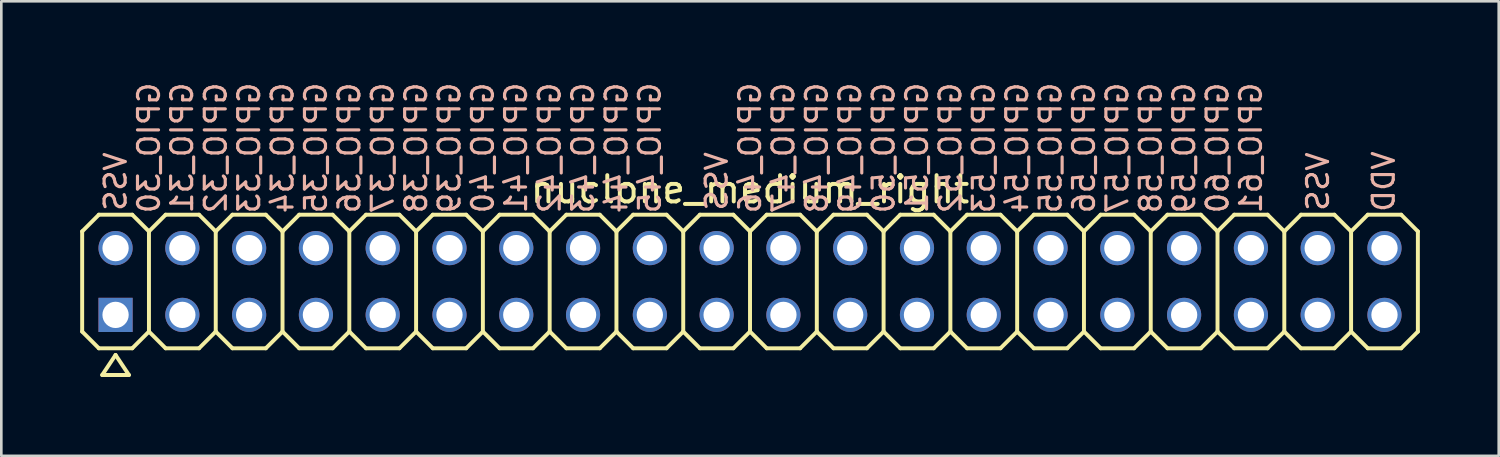
<source format=kicad_pcb>
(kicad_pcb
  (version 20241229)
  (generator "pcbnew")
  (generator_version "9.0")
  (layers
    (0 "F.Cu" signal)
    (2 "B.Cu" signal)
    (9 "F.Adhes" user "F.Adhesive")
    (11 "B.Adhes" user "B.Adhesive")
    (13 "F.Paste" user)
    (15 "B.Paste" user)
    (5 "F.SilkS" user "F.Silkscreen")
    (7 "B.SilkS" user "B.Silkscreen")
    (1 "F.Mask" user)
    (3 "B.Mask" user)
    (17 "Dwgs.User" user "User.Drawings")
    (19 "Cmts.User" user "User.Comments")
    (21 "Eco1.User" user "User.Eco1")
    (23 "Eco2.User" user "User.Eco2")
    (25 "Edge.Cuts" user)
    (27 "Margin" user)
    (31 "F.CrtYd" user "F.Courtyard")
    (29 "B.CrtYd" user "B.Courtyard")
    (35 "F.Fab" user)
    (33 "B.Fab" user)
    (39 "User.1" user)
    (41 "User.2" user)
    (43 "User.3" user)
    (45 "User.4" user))
  (footprint "nuclone_medium_right"
    (layer "F.Cu")
    (at 25.475 7.656)
    (property "Reference" "nuclone_medium_right" (at 0 -3.5 0) (layer "F.SilkS") (effects (font (size 1 1) (thickness 0.15))))
    (attr exclude_from_pos_files exclude_from_bom)
    (fp_line (start -25.4 -1.905) (end -24.765 -2.54) (stroke (width 0.15) (type solid)) (layer "F.SilkS"))
    (fp_line (start -25.4 1.905) (end -25.4 -1.905) (stroke (width 0.15) (type solid)) (layer "F.SilkS"))
    (fp_line (start -25.4 1.905) (end -24.765 2.54) (stroke (width 0.15) (type solid)) (layer "F.SilkS"))
    (fp_line (start -24.765 -2.54) (end -23.495 -2.54) (stroke (width 0.15) (type solid)) (layer "F.SilkS"))
    (fp_line (start -24.765 2.54) (end -23.495 2.54) (stroke (width 0.15) (type solid)) (layer "F.SilkS"))
    (fp_line (start -24.638 3.556) (end -23.622 3.556) (stroke (width 0.15) (type solid)) (layer "F.SilkS"))
    (fp_line (start -24.13 2.794) (end -24.638 3.556) (stroke (width 0.15) (type solid)) (layer "F.SilkS"))
    (fp_line (start -23.622 3.556) (end -24.13 2.794) (stroke (width 0.15) (type solid)) (layer "F.SilkS"))
    (fp_line (start -23.495 -2.54) (end -22.86 -1.905) (stroke (width 0.15) (type solid)) (layer "F.SilkS"))
    (fp_line (start -23.495 2.54) (end -22.86 1.905) (stroke (width 0.15) (type solid)) (layer "F.SilkS"))
    (fp_line (start -22.86 -1.905) (end -22.86 1.905) (stroke (width 0.15) (type solid)) (layer "F.SilkS"))
    (fp_line (start -22.86 -1.905) (end -22.225 -2.54) (stroke (width 0.15) (type solid)) (layer "F.SilkS"))
    (fp_line (start -22.86 1.905) (end -22.225 2.54) (stroke (width 0.15) (type solid)) (layer "F.SilkS"))
    (fp_line (start -22.225 -2.54) (end -20.955 -2.54) (stroke (width 0.15) (type solid)) (layer "F.SilkS"))
    (fp_line (start -22.225 2.54) (end -20.955 2.54) (stroke (width 0.15) (type solid)) (layer "F.SilkS"))
    (fp_line (start -20.955 -2.54) (end -20.32 -1.905) (stroke (width 0.15) (type solid)) (layer "F.SilkS"))
    (fp_line (start -20.955 2.54) (end -20.32 1.905) (stroke (width 0.15) (type solid)) (layer "F.SilkS"))
    (fp_line (start -20.32 -1.905) (end -20.32 1.905) (stroke (width 0.15) (type solid)) (layer "F.SilkS"))
    (fp_line (start -20.32 -1.905) (end -19.685 -2.54) (stroke (width 0.15) (type solid)) (layer "F.SilkS"))
    (fp_line (start -20.32 1.905) (end -19.685 2.54) (stroke (width 0.15) (type solid)) (layer "F.SilkS"))
    (fp_line (start -19.685 -2.54) (end -18.415 -2.54) (stroke (width 0.15) (type solid)) (layer "F.SilkS"))
    (fp_line (start -19.685 2.54) (end -18.415 2.54) (stroke (width 0.15) (type solid)) (layer "F.SilkS"))
    (fp_line (start -18.415 -2.54) (end -17.78 -1.905) (stroke (width 0.15) (type solid)) (layer "F.SilkS"))
    (fp_line (start -18.415 2.54) (end -17.78 1.905) (stroke (width 0.15) (type solid)) (layer "F.SilkS"))
    (fp_line (start -17.78 -1.905) (end -17.78 1.905) (stroke (width 0.15) (type solid)) (layer "F.SilkS"))
    (fp_line (start -17.78 -1.905) (end -17.145 -2.54) (stroke (width 0.15) (type solid)) (layer "F.SilkS"))
    (fp_line (start -17.78 1.905) (end -17.145 2.54) (stroke (width 0.15) (type solid)) (layer "F.SilkS"))
    (fp_line (start -17.145 -2.54) (end -15.875 -2.54) (stroke (width 0.15) (type solid)) (layer "F.SilkS"))
    (fp_line (start -17.145 2.54) (end -15.875 2.54) (stroke (width 0.15) (type solid)) (layer "F.SilkS"))
    (fp_line (start -15.875 -2.54) (end -15.24 -1.905) (stroke (width 0.15) (type solid)) (layer "F.SilkS"))
    (fp_line (start -15.875 2.54) (end -15.24 1.905) (stroke (width 0.15) (type solid)) (layer "F.SilkS"))
    (fp_line (start -15.24 -1.905) (end -15.24 1.905) (stroke (width 0.15) (type solid)) (layer "F.SilkS"))
    (fp_line (start -15.24 -1.905) (end -14.605 -2.54) (stroke (width 0.15) (type solid)) (layer "F.SilkS"))
    (fp_line (start -15.24 1.905) (end -14.605 2.54) (stroke (width 0.15) (type solid)) (layer "F.SilkS"))
    (fp_line (start -14.605 -2.54) (end -13.335 -2.54) (stroke (width 0.15) (type solid)) (layer "F.SilkS"))
    (fp_line (start -14.605 2.54) (end -13.335 2.54) (stroke (width 0.15) (type solid)) (layer "F.SilkS"))
    (fp_line (start -13.335 -2.54) (end -12.7 -1.905) (stroke (width 0.15) (type solid)) (layer "F.SilkS"))
    (fp_line (start -13.335 2.54) (end -12.7 1.905) (stroke (width 0.15) (type solid)) (layer "F.SilkS"))
    (fp_line (start -12.7 -1.905) (end -12.7 1.905) (stroke (width 0.15) (type solid)) (layer "F.SilkS"))
    (fp_line (start -12.7 -1.905) (end -12.065 -2.54) (stroke (width 0.15) (type solid)) (layer "F.SilkS"))
    (fp_line (start -12.7 1.905) (end -12.065 2.54) (stroke (width 0.15) (type solid)) (layer "F.SilkS"))
    (fp_line (start -12.065 -2.54) (end -10.795 -2.54) (stroke (width 0.15) (type solid)) (layer "F.SilkS"))
    (fp_line (start -12.065 2.54) (end -10.795 2.54) (stroke (width 0.15) (type solid)) (layer "F.SilkS"))
    (fp_line (start -10.795 -2.54) (end -10.16 -1.905) (stroke (width 0.15) (type solid)) (layer "F.SilkS"))
    (fp_line (start -10.795 2.54) (end -10.16 1.905) (stroke (width 0.15) (type solid)) (layer "F.SilkS"))
    (fp_line (start -10.16 -1.905) (end -10.16 1.905) (stroke (width 0.15) (type solid)) (layer "F.SilkS"))
    (fp_line (start -10.16 -1.905) (end -9.525 -2.54) (stroke (width 0.15) (type solid)) (layer "F.SilkS"))
    (fp_line (start -10.16 1.905) (end -9.525 2.54) (stroke (width 0.15) (type solid)) (layer "F.SilkS"))
    (fp_line (start -9.525 -2.54) (end -8.255 -2.54) (stroke (width 0.15) (type solid)) (layer "F.SilkS"))
    (fp_line (start -9.525 2.54) (end -8.255 2.54) (stroke (width 0.15) (type solid)) (layer "F.SilkS"))
    (fp_line (start -8.255 -2.54) (end -7.62 -1.905) (stroke (width 0.15) (type solid)) (layer "F.SilkS"))
    (fp_line (start -7.62 -1.905) (end -7.62 1.905) (stroke (width 0.15) (type solid)) (layer "F.SilkS"))
    (fp_line (start -7.62 -1.905) (end -6.985 -2.54) (stroke (width 0.15) (type solid)) (layer "F.SilkS"))
    (fp_line (start -7.62 1.905) (end -8.255 2.54) (stroke (width 0.15) (type solid)) (layer "F.SilkS"))
    (fp_line (start -7.62 1.905) (end -6.985 2.54) (stroke (width 0.15) (type solid)) (layer "F.SilkS"))
    (fp_line (start -6.985 -2.54) (end -5.715 -2.54) (stroke (width 0.15) (type solid)) (layer "F.SilkS"))
    (fp_line (start -6.985 2.54) (end -5.715 2.54) (stroke (width 0.15) (type solid)) (layer "F.SilkS"))
    (fp_line (start -5.715 -2.54) (end -5.08 -1.905) (stroke (width 0.15) (type solid)) (layer "F.SilkS"))
    (fp_line (start -5.08 -1.905) (end -5.08 1.905) (stroke (width 0.15) (type solid)) (layer "F.SilkS"))
    (fp_line (start -5.08 -1.905) (end -4.445 -2.54) (stroke (width 0.15) (type solid)) (layer "F.SilkS"))
    (fp_line (start -5.08 1.905) (end -5.715 2.54) (stroke (width 0.15) (type solid)) (layer "F.SilkS"))
    (fp_line (start -5.08 1.905) (end -4.445 2.54) (stroke (width 0.15) (type solid)) (layer "F.SilkS"))
    (fp_line (start -4.445 -2.54) (end -3.175 -2.54) (stroke (width 0.15) (type solid)) (layer "F.SilkS"))
    (fp_line (start -4.445 2.54) (end -3.175 2.54) (stroke (width 0.15) (type solid)) (layer "F.SilkS"))
    (fp_line (start -3.175 -2.54) (end -2.54 -1.905) (stroke (width 0.15) (type solid)) (layer "F.SilkS"))
    (fp_line (start -2.54 -1.905) (end -2.54 1.905) (stroke (width 0.15) (type solid)) (layer "F.SilkS"))
    (fp_line (start -2.54 -1.905) (end -1.905 -2.54) (stroke (width 0.15) (type solid)) (layer "F.SilkS"))
    (fp_line (start -2.54 1.905) (end -3.175 2.54) (stroke (width 0.15) (type solid)) (layer "F.SilkS"))
    (fp_line (start -2.54 1.905) (end -1.905 2.54) (stroke (width 0.15) (type solid)) (layer "F.SilkS"))
    (fp_line (start -1.905 -2.54) (end -0.635 -2.54) (stroke (width 0.15) (type solid)) (layer "F.SilkS"))
    (fp_line (start -1.905 2.54) (end -0.635 2.54) (stroke (width 0.15) (type solid)) (layer "F.SilkS"))
    (fp_line (start -0.635 -2.54) (end 0 -1.905) (stroke (width 0.15) (type solid)) (layer "F.SilkS"))
    (fp_line (start 0 -1.905) (end 0.635 -2.54) (stroke (width 0.15) (type solid)) (layer "F.SilkS"))
    (fp_line (start 0 1.905) (end -0.635 2.54) (stroke (width 0.15) (type solid)) (layer "F.SilkS"))
    (fp_line (start 0 1.905) (end 0 -1.905) (stroke (width 0.15) (type solid)) (layer "F.SilkS"))
    (fp_line (start 0 1.905) (end 0.635 2.54) (stroke (width 0.15) (type solid)) (layer "F.SilkS"))
    (fp_line (start 0.635 -2.54) (end 1.905 -2.54) (stroke (width 0.15) (type solid)) (layer "F.SilkS"))
    (fp_line (start 0.635 2.54) (end 1.905 2.54) (stroke (width 0.15) (type solid)) (layer "F.SilkS"))
    (fp_line (start 1.905 -2.54) (end 2.54 -1.905) (stroke (width 0.15) (type solid)) (layer "F.SilkS"))
    (fp_line (start 1.905 2.54) (end 2.54 1.905) (stroke (width 0.15) (type solid)) (layer "F.SilkS"))
    (fp_line (start 2.54 -1.905) (end 2.54 1.905) (stroke (width 0.15) (type solid)) (layer "F.SilkS"))
    (fp_line (start 2.54 -1.905) (end 3.175 -2.54) (stroke (width 0.15) (type solid)) (layer "F.SilkS"))
    (fp_line (start 2.54 1.905) (end 3.175 2.54) (stroke (width 0.15) (type solid)) (layer "F.SilkS"))
    (fp_line (start 3.175 -2.54) (end 4.445 -2.54) (stroke (width 0.15) (type solid)) (layer "F.SilkS"))
    (fp_line (start 3.175 2.54) (end 4.445 2.54) (stroke (width 0.15) (type solid)) (layer "F.SilkS"))
    (fp_line (start 4.445 -2.54) (end 5.08 -1.905) (stroke (width 0.15) (type solid)) (layer "F.SilkS"))
    (fp_line (start 4.445 2.54) (end 5.08 1.905) (stroke (width 0.15) (type solid)) (layer "F.SilkS"))
    (fp_line (start 5.08 -1.905) (end 5.08 1.905) (stroke (width 0.15) (type solid)) (layer "F.SilkS"))
    (fp_line (start 5.08 -1.905) (end 5.715 -2.54) (stroke (width 0.15) (type solid)) (layer "F.SilkS"))
    (fp_line (start 5.08 1.905) (end 5.715 2.54) (stroke (width 0.15) (type solid)) (layer "F.SilkS"))
    (fp_line (start 5.715 -2.54) (end 6.985 -2.54) (stroke (width 0.15) (type solid)) (layer "F.SilkS"))
    (fp_line (start 5.715 2.54) (end 6.985 2.54) (stroke (width 0.15) (type solid)) (layer "F.SilkS"))
    (fp_line (start 6.985 -2.54) (end 7.62 -1.905) (stroke (width 0.15) (type solid)) (layer "F.SilkS"))
    (fp_line (start 6.985 2.54) (end 7.62 1.905) (stroke (width 0.15) (type solid)) (layer "F.SilkS"))
    (fp_line (start 7.62 -1.905) (end 7.62 1.905) (stroke (width 0.15) (type solid)) (layer "F.SilkS"))
    (fp_line (start 7.62 -1.905) (end 8.255 -2.54) (stroke (width 0.15) (type solid)) (layer "F.SilkS"))
    (fp_line (start 7.62 1.905) (end 8.255 2.54) (stroke (width 0.15) (type solid)) (layer "F.SilkS"))
    (fp_line (start 8.255 -2.54) (end 9.525 -2.54) (stroke (width 0.15) (type solid)) (layer "F.SilkS"))
    (fp_line (start 8.255 2.54) (end 9.525 2.54) (stroke (width 0.15) (type solid)) (layer "F.SilkS"))
    (fp_line (start 9.525 -2.54) (end 10.16 -1.905) (stroke (width 0.15) (type solid)) (layer "F.SilkS"))
    (fp_line (start 9.525 2.54) (end 10.16 1.905) (stroke (width 0.15) (type solid)) (layer "F.SilkS"))
    (fp_line (start 10.16 -1.905) (end 10.16 1.905) (stroke (width 0.15) (type solid)) (layer "F.SilkS"))
    (fp_line (start 10.16 -1.905) (end 10.795 -2.54) (stroke (width 0.15) (type solid)) (layer "F.SilkS"))
    (fp_line (start 10.16 1.905) (end 10.795 2.54) (stroke (width 0.15) (type solid)) (layer "F.SilkS"))
    (fp_line (start 10.795 -2.54) (end 12.065 -2.54) (stroke (width 0.15) (type solid)) (layer "F.SilkS"))
    (fp_line (start 10.795 2.54) (end 12.065 2.54) (stroke (width 0.15) (type solid)) (layer "F.SilkS"))
    (fp_line (start 12.065 -2.54) (end 12.7 -1.905) (stroke (width 0.15) (type solid)) (layer "F.SilkS"))
    (fp_line (start 12.065 2.54) (end 12.7 1.905) (stroke (width 0.15) (type solid)) (layer "F.SilkS"))
    (fp_line (start 12.7 -1.905) (end 12.7 1.905) (stroke (width 0.15) (type solid)) (layer "F.SilkS"))
    (fp_line (start 12.7 -1.905) (end 13.335 -2.54) (stroke (width 0.15) (type solid)) (layer "F.SilkS"))
    (fp_line (start 12.7 1.905) (end 13.335 2.54) (stroke (width 0.15) (type solid)) (layer "F.SilkS"))
    (fp_line (start 13.335 -2.54) (end 14.605 -2.54) (stroke (width 0.15) (type solid)) (layer "F.SilkS"))
    (fp_line (start 13.335 2.54) (end 14.605 2.54) (stroke (width 0.15) (type solid)) (layer "F.SilkS"))
    (fp_line (start 14.605 -2.54) (end 15.24 -1.905) (stroke (width 0.15) (type solid)) (layer "F.SilkS"))
    (fp_line (start 14.605 2.54) (end 15.24 1.905) (stroke (width 0.15) (type solid)) (layer "F.SilkS"))
    (fp_line (start 15.24 -1.905) (end 15.24 1.905) (stroke (width 0.15) (type solid)) (layer "F.SilkS"))
    (fp_line (start 15.24 -1.905) (end 15.875 -2.54) (stroke (width 0.15) (type solid)) (layer "F.SilkS"))
    (fp_line (start 15.24 1.905) (end 15.875 2.54) (stroke (width 0.15) (type solid)) (layer "F.SilkS"))
    (fp_line (start 15.875 -2.54) (end 17.145 -2.54) (stroke (width 0.15) (type solid)) (layer "F.SilkS"))
    (fp_line (start 15.875 2.54) (end 17.145 2.54) (stroke (width 0.15) (type solid)) (layer "F.SilkS"))
    (fp_line (start 17.145 -2.54) (end 17.78 -1.905) (stroke (width 0.15) (type solid)) (layer "F.SilkS"))
    (fp_line (start 17.78 -1.905) (end 17.78 1.905) (stroke (width 0.15) (type solid)) (layer "F.SilkS"))
    (fp_line (start 17.78 -1.905) (end 18.415 -2.54) (stroke (width 0.15) (type solid)) (layer "F.SilkS"))
    (fp_line (start 17.78 1.905) (end 17.145 2.54) (stroke (width 0.15) (type solid)) (layer "F.SilkS"))
    (fp_line (start 17.78 1.905) (end 18.415 2.54) (stroke (width 0.15) (type solid)) (layer "F.SilkS"))
    (fp_line (start 18.415 -2.54) (end 19.685 -2.54) (stroke (width 0.15) (type solid)) (layer "F.SilkS"))
    (fp_line (start 18.415 2.54) (end 19.685 2.54) (stroke (width 0.15) (type solid)) (layer "F.SilkS"))
    (fp_line (start 19.685 -2.54) (end 20.32 -1.905) (stroke (width 0.15) (type solid)) (layer "F.SilkS"))
    (fp_line (start 20.32 -1.905) (end 20.32 1.905) (stroke (width 0.15) (type solid)) (layer "F.SilkS"))
    (fp_line (start 20.32 -1.905) (end 20.955 -2.54) (stroke (width 0.15) (type solid)) (layer "F.SilkS"))
    (fp_line (start 20.32 1.905) (end 19.685 2.54) (stroke (width 0.15) (type solid)) (layer "F.SilkS"))
    (fp_line (start 20.32 1.905) (end 20.955 2.54) (stroke (width 0.15) (type solid)) (layer "F.SilkS"))
    (fp_line (start 20.955 -2.54) (end 22.225 -2.54) (stroke (width 0.15) (type solid)) (layer "F.SilkS"))
    (fp_line (start 20.955 2.54) (end 22.225 2.54) (stroke (width 0.15) (type solid)) (layer "F.SilkS"))
    (fp_line (start 22.225 -2.54) (end 22.86 -1.905) (stroke (width 0.15) (type solid)) (layer "F.SilkS"))
    (fp_line (start 22.86 -1.905) (end 22.86 1.905) (stroke (width 0.15) (type solid)) (layer "F.SilkS"))
    (fp_line (start 22.86 -1.905) (end 23.495 -2.54) (stroke (width 0.15) (type solid)) (layer "F.SilkS"))
    (fp_line (start 22.86 1.905) (end 22.225 2.54) (stroke (width 0.15) (type solid)) (layer "F.SilkS"))
    (fp_line (start 22.86 1.905) (end 23.495 2.54) (stroke (width 0.15) (type solid)) (layer "F.SilkS"))
    (fp_line (start 23.495 -2.54) (end 24.765 -2.54) (stroke (width 0.15) (type solid)) (layer "F.SilkS"))
    (fp_line (start 23.495 2.54) (end 24.765 2.54) (stroke (width 0.15) (type solid)) (layer "F.SilkS"))
    (fp_line (start 24.765 -2.54) (end 25.4 -1.905) (stroke (width 0.15) (type solid)) (layer "F.SilkS"))
    (fp_line (start 25.4 -1.905) (end 25.4 1.905) (stroke (width 0.15) (type solid)) (layer "F.SilkS"))
    (fp_line (start 25.4 1.905) (end 24.765 2.54) (stroke (width 0.15) (type solid)) (layer "F.SilkS"))
    (fp_text user "GPIO_38" (at -12.7 -5.08 270) (layer "B.SilkS") (effects (font (size 0.8 0.8) (thickness 0.12)) (justify mirror)))
    (fp_text user "GPIO_61" (at 19.05 -5.08 270) (layer "B.SilkS") (effects (font (size 0.8 0.8) (thickness 0.12)) (justify mirror)))
    (fp_text user "GPIO_33" (at -19.05 -5.08 270) (layer "B.SilkS") (effects (font (size 0.8 0.8) (thickness 0.12)) (justify mirror)))
    (fp_text user "GPIO_39" (at -11.43 -5.08 270) (layer "B.SilkS") (effects (font (size 0.8 0.8) (thickness 0.12)) (justify mirror)))
    (fp_text user "GPIO_51" (at 6.35 -5.08 270) (layer "B.SilkS") (effects (font (size 0.8 0.8) (thickness 0.12)) (justify mirror)))
    (fp_text user "GPIO_36" (at -15.24 -5.08 270) (layer "B.SilkS") (effects (font (size 0.8 0.8) (thickness 0.12)) (justify mirror)))
    (fp_text user "GPIO_60" (at 17.78 -5.08 270) (layer "B.SilkS") (effects (font (size 0.8 0.8) (thickness 0.12)) (justify mirror)))
    (fp_text user "GPIO_40" (at -10.16 -5.08 270) (layer "B.SilkS") (effects (font (size 0.8 0.8) (thickness 0.12)) (justify mirror)))
    (fp_text user "GPIO_44" (at -5.08 -5.08 270) (layer "B.SilkS") (effects (font (size 0.8 0.8) (thickness 0.12)) (justify mirror)))
    (fp_text user "GPIO_46" (at 0 -5.08 270) (layer "B.SilkS") (effects (font (size 0.8 0.8) (thickness 0.12)) (justify mirror)))
    (fp_text user "GPIO_47" (at 1.27 -5.08 270) (layer "B.SilkS") (effects (font (size 0.8 0.8) (thickness 0.12)) (justify mirror)))
    (fp_text user "VSS" (at 21.6 -3.8 270) (layer "B.SilkS") (effects (font (size 0.8 0.8) (thickness 0.12)) (justify mirror)))
    (fp_text user "GPIO_34" (at -17.78 -5.08 270) (layer "B.SilkS") (effects (font (size 0.8 0.8) (thickness 0.12)) (justify mirror)))
    (fp_text user "GPIO_30" (at -22.86 -5.08 270) (layer "B.SilkS") (effects (font (size 0.8 0.8) (thickness 0.12)) (justify mirror)))
    (fp_text user "GPIO_53" (at 8.89 -5.08 270) (layer "B.SilkS") (effects (font (size 0.8 0.8) (thickness 0.12)) (justify mirror)))
    (fp_text user "GPIO_54" (at 10.16 -5.08 270) (layer "B.SilkS") (effects (font (size 0.8 0.8) (thickness 0.12)) (justify mirror)))
    (fp_text user "GPIO_35" (at -16.51 -5.08 270) (layer "B.SilkS") (effects (font (size 0.8 0.8) (thickness 0.12)) (justify mirror)))
    (fp_text user "GPIO_43" (at -6.35 -5.08 270) (layer "B.SilkS") (effects (font (size 0.8 0.8) (thickness 0.12)) (justify mirror)))
    (fp_text user "GPIO_42" (at -7.62 -5.08 270) (layer "B.SilkS") (effects (font (size 0.8 0.8) (thickness 0.12)) (justify mirror)))
    (fp_text user "VSS" (at -24.13 -3.8 270) (layer "B.SilkS") (effects (font (size 0.8 0.8) (thickness 0.12)) (justify mirror)))
    (fp_text user "GPIO_37" (at -13.97 -5.08 270) (layer "B.SilkS") (effects (font (size 0.8 0.8) (thickness 0.12)) (justify mirror)))
    (fp_text user "GPIO_59" (at 16.51 -5.08 270) (layer "B.SilkS") (effects (font (size 0.8 0.8) (thickness 0.12)) (justify mirror)))
    (fp_text user "VSS" (at -1.27 -3.81 270) (layer "B.SilkS") (effects (font (size 0.8 0.8) (thickness 0.12)) (justify mirror)))
    (fp_text user "GPIO_45" (at -3.81 -5.08 270) (layer "B.SilkS") (effects (font (size 0.8 0.8) (thickness 0.12)) (justify mirror)))
    (fp_text user "GPIO_32" (at -20.32 -5.08 270) (layer "B.SilkS") (effects (font (size 0.8 0.8) (thickness 0.12)) (justify mirror)))
    (fp_text user "GPIO_50" (at 5.08 -5.08 270) (layer "B.SilkS") (effects (font (size 0.8 0.8) (thickness 0.12)) (justify mirror)))
    (fp_text user "GPIO_55" (at 11.43 -5.08 270) (layer "B.SilkS") (effects (font (size 0.8 0.8) (thickness 0.12)) (justify mirror)))
    (fp_text user "GPIO_48" (at 2.54 -5.08 270) (layer "B.SilkS") (effects (font (size 0.8 0.8) (thickness 0.12)) (justify mirror)))
    (fp_text user "GPIO_56" (at 12.7 -5.08 270) (layer "B.SilkS") (effects (font (size 0.8 0.8) (thickness 0.12)) (justify mirror)))
    (fp_text user "GPIO_49" (at 3.81 -5.08 270) (layer "B.SilkS") (effects (font (size 0.8 0.8) (thickness 0.12)) (justify mirror)))
    (fp_text user "GPIO_41" (at -8.9 -5.08 270) (layer "B.SilkS") (effects (font (size 0.8 0.8) (thickness 0.12)) (justify mirror)))
    (fp_text user "GPIO_31" (at -21.6 -5.08 270) (layer "B.SilkS") (effects (font (size 0.8 0.8) (thickness 0.12)) (justify mirror)))
    (fp_text user "GPIO_58" (at 15.24 -5.08 270) (layer "B.SilkS") (effects (font (size 0.8 0.8) (thickness 0.12)) (justify mirror)))
    (fp_text user "GPIO_57" (at 13.97 -5.08 270) (layer "B.SilkS") (effects (font (size 0.8 0.8) (thickness 0.12)) (justify mirror)))
    (fp_text user "GPIO_52" (at 7.62 -5.08 270) (layer "B.SilkS") (effects (font (size 0.8 0.8) (thickness 0.12)) (justify mirror)))
    (fp_text user "VDD" (at 24.1 -3.8 270) (layer "B.SilkS") (effects (font (size 0.8 0.8) (thickness 0.12)) (justify mirror)))
    (pad "1" thru_hole rect (at -24.13 1.27) (size 1.3 1.3) (drill 1) (layers "*.Cu" "*.Mask"))
    (pad "2" thru_hole circle (at -24.13 -1.27) (size 1.3 1.3) (drill 1) (layers "*.Cu" "*.Mask"))
    (pad "3" thru_hole circle (at -21.59 1.27) (size 1.3 1.3) (drill 1) (layers "*.Cu" "*.Mask"))
    (pad "4" thru_hole circle (at -21.59 -1.27) (size 1.3 1.3) (drill 1) (layers "*.Cu" "*.Mask"))
    (pad "5" thru_hole circle (at -19.05 1.27) (size 1.3 1.3) (drill 1) (layers "*.Cu" "*.Mask"))
    (pad "6" thru_hole circle (at -19.05 -1.27) (size 1.3 1.3) (drill 1) (layers "*.Cu" "*.Mask"))
    (pad "7" thru_hole circle (at -16.51 1.27) (size 1.3 1.3) (drill 1) (layers "*.Cu" "*.Mask"))
    (pad "8" thru_hole circle (at -16.51 -1.27) (size 1.3 1.3) (drill 1) (layers "*.Cu" "*.Mask"))
    (pad "9" thru_hole circle (at -13.97 1.27) (size 1.3 1.3) (drill 1) (layers "*.Cu" "*.Mask"))
    (pad "10" thru_hole circle (at -13.97 -1.27) (size 1.3 1.3) (drill 1) (layers "*.Cu" "*.Mask"))
    (pad "11" thru_hole circle (at -11.43 1.27) (size 1.3 1.3) (drill 1) (layers "*.Cu" "*.Mask"))
    (pad "12" thru_hole circle (at -11.43 -1.27) (size 1.3 1.3) (drill 1) (layers "*.Cu" "*.Mask"))
    (pad "13" thru_hole circle (at -8.89 1.27) (size 1.3 1.3) (drill 1) (layers "*.Cu" "*.Mask"))
    (pad "14" thru_hole circle (at -8.89 -1.27) (size 1.3 1.3) (drill 1) (layers "*.Cu" "*.Mask"))
    (pad "15" thru_hole circle (at -6.35 1.27) (size 1.3 1.3) (drill 1) (layers "*.Cu" "*.Mask"))
    (pad "16" thru_hole circle (at -6.35 -1.27) (size 1.3 1.3) (drill 1) (layers "*.Cu" "*.Mask"))
    (pad "17" thru_hole circle (at -3.81 1.27) (size 1.3 1.3) (drill 1) (layers "*.Cu" "*.Mask"))
    (pad "18" thru_hole circle (at -3.81 -1.27) (size 1.3 1.3) (drill 1) (layers "*.Cu" "*.Mask"))
    (pad "19" thru_hole circle (at -1.27 1.27) (size 1.3 1.3) (drill 1) (layers "*.Cu" "*.Mask"))
    (pad "20" thru_hole circle (at -1.27 -1.27) (size 1.3 1.3) (drill 1) (layers "*.Cu" "*.Mask"))
    (pad "21" thru_hole circle (at 1.27 1.27) (size 1.3 1.3) (drill 1) (layers "*.Cu" "*.Mask"))
    (pad "22" thru_hole circle (at 1.27 -1.27) (size 1.3 1.3) (drill 1) (layers "*.Cu" "*.Mask"))
    (pad "23" thru_hole circle (at 3.81 1.27) (size 1.3 1.3) (drill 1) (layers "*.Cu" "*.Mask"))
    (pad "24" thru_hole circle (at 3.81 -1.27) (size 1.3 1.3) (drill 1) (layers "*.Cu" "*.Mask"))
    (pad "25" thru_hole circle (at 6.35 1.27) (size 1.3 1.3) (drill 1) (layers "*.Cu" "*.Mask"))
    (pad "26" thru_hole circle (at 6.35 -1.27) (size 1.3 1.3) (drill 1) (layers "*.Cu" "*.Mask"))
    (pad "27" thru_hole circle (at 8.89 1.27) (size 1.3 1.3) (drill 1) (layers "*.Cu" "*.Mask"))
    (pad "28" thru_hole circle (at 8.89 -1.27) (size 1.3 1.3) (drill 1) (layers "*.Cu" "*.Mask"))
    (pad "29" thru_hole circle (at 11.43 1.27) (size 1.3 1.3) (drill 1) (layers "*.Cu" "*.Mask"))
    (pad "30" thru_hole circle (at 11.43 -1.27) (size 1.3 1.3) (drill 1) (layers "*.Cu" "*.Mask"))
    (pad "31" thru_hole circle (at 13.97 1.27) (size 1.3 1.3) (drill 1) (layers "*.Cu" "*.Mask"))
    (pad "32" thru_hole circle (at 13.97 -1.27) (size 1.3 1.3) (drill 1) (layers "*.Cu" "*.Mask"))
    (pad "33" thru_hole circle (at 16.51 1.27) (size 1.3 1.3) (drill 1) (layers "*.Cu" "*.Mask"))
    (pad "34" thru_hole circle (at 16.51 -1.27) (size 1.3 1.3) (drill 1) (layers "*.Cu" "*.Mask"))
    (pad "35" thru_hole circle (at 19.05 1.27) (size 1.3 1.3) (drill 1) (layers "*.Cu" "*.Mask"))
    (pad "36" thru_hole circle (at 19.05 -1.27) (size 1.3 1.3) (drill 1) (layers "*.Cu" "*.Mask"))
    (pad "37" thru_hole circle (at 21.59 1.27) (size 1.3 1.3) (drill 1) (layers "*.Cu" "*.Mask"))
    (pad "38" thru_hole circle (at 21.59 -1.27) (size 1.3 1.3) (drill 1) (layers "*.Cu" "*.Mask"))
    (pad "39" thru_hole circle (at 24.13 1.27) (size 1.3 1.3) (drill 1) (layers "*.Cu" "*.Mask"))
    (pad "40" thru_hole circle (at 24.13 -1.27) (size 1.3 1.3) (drill 1) (layers "*.Cu" "*.Mask")))
  (gr_rect
    (start -3 -3)
    (end 53.95 14.287)
    (stroke (width 0.1) (type default))
    (fill no)
    (layer "Edge.Cuts")))
</source>
